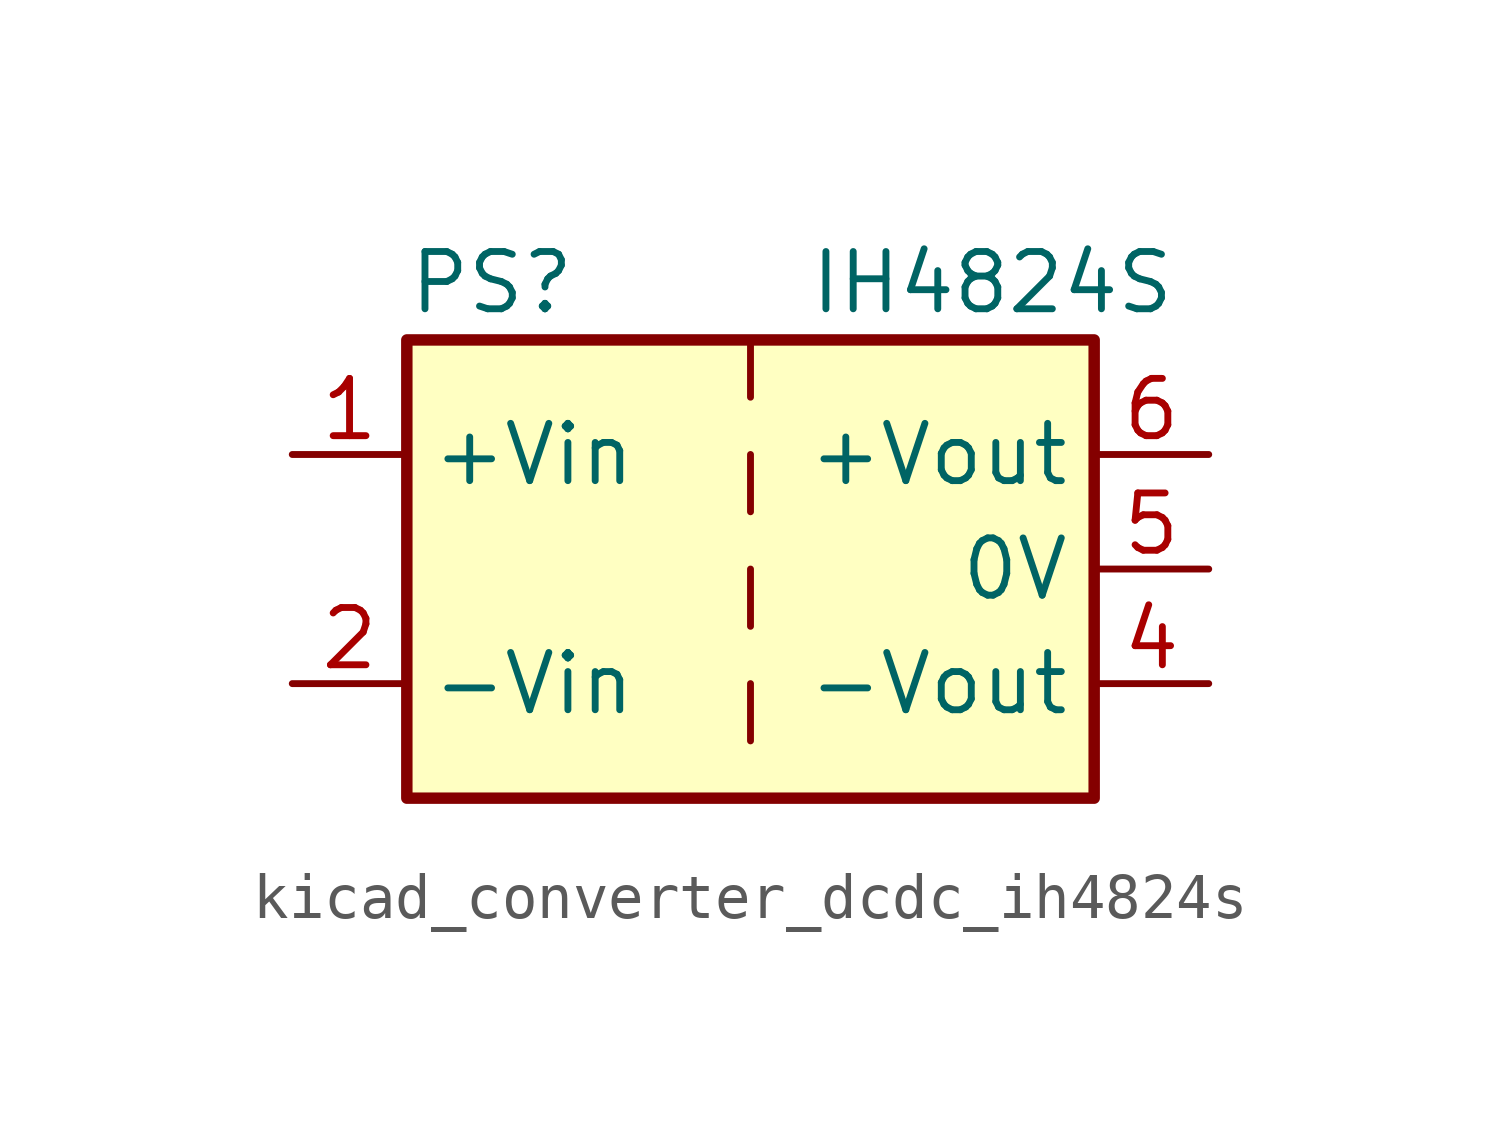
<source format=kicad_sym>
(kicad_symbol_lib
  (version 20220914)
  (generator kicad_symbol_editor)
  (symbol "kicad_converter_dcdc_ih4824s"
    (property "Reference" "PS"
      (at -7.62 6.35 0)
      (effects (font (size 1.27 1.27)) (justify left)))
    (property "Value" "IH4824S"
      (at 1.27 6.35 0)
      (effects (font (size 1.27 1.27)) (justify left)))
    (symbol "kicad_converter_dcdc_ih4824s_0_0"
      (pin power_in line (at -10.16 2.54 0) (length 2.54) (name "+Vin" (effects (font (size 1.27 1.27)))) (number "1" (effects (font (size 1.27 1.27)))))
      (pin power_in line (at -10.16 -2.54 0) (length 2.54) (name "-Vin" (effects (font (size 1.27 1.27)))) (number "2" (effects (font (size 1.27 1.27)))))
      (pin power_out line (at 10.16 -2.54 180) (length 2.54) (name "-Vout" (effects (font (size 1.27 1.27)))) (number "4" (effects (font (size 1.27 1.27)))))
      (pin power_out line (at 10.16 0 180) (length 2.54) (name "0V" (effects (font (size 1.27 1.27)))) (number "5" (effects (font (size 1.27 1.27)))))
      (pin power_out line (at 10.16 2.54 180) (length 2.54) (name "+Vout" (effects (font (size 1.27 1.27)))) (number "6" (effects (font (size 1.27 1.27))))))
    (symbol "kicad_converter_dcdc_ih4824s_0_1"
      (rectangle (start -7.62 5.08) (end 7.62 -5.08) (stroke (width 0.254) (type default)) (fill (type background)))
      (polyline (pts (xy 0 -2.54) (xy 0 -3.81)) (stroke (width 0) (type default)) (fill (type none)))
      (polyline (pts (xy 0 0) (xy 0 -1.27)) (stroke (width 0) (type default)) (fill (type none)))
      (polyline (pts (xy 0 2.54) (xy 0 1.27)) (stroke (width 0) (type default)) (fill (type none)))
      (polyline (pts (xy 0 5.08) (xy 0 3.81)) (stroke (width 0) (type default)) (fill (type none))))))
</source>
